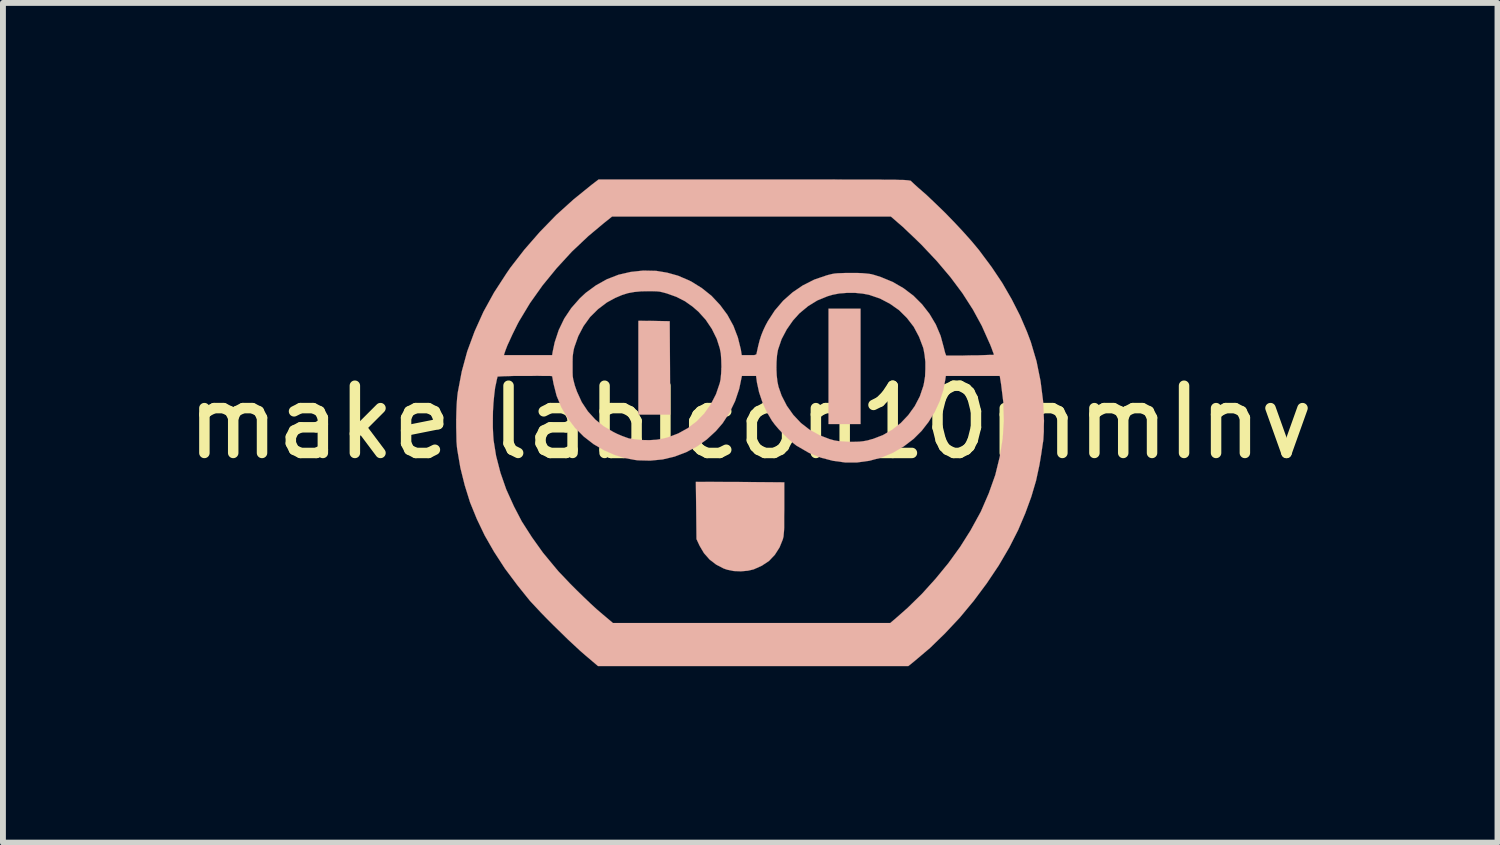
<source format=kicad_pcb>
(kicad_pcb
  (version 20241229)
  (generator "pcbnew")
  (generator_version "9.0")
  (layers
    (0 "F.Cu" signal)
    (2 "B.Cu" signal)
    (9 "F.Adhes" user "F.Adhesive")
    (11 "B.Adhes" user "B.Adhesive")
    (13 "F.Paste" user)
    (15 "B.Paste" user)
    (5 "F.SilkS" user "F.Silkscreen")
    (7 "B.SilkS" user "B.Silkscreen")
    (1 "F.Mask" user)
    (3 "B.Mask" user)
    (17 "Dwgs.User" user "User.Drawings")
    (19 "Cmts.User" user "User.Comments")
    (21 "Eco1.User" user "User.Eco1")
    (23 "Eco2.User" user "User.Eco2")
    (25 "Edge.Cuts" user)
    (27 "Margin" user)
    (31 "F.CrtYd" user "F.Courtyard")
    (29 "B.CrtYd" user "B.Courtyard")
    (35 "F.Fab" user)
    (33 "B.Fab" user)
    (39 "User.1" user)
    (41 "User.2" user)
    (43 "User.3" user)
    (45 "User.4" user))
  (footprint "makerlabIcon10mmInv"
    (layer "F.Cu")
    (at 9.705 4.131)
    (property "Reference" "makerlabIcon10mmInv" (at 0 0 0) (layer "F.SilkS") (effects (font (size 1.143 1.143) (thickness 0.178))))
    (attr through_hole)
    (fp_poly (pts (xy -1.902 -0.132) (xy -1.633 -0.132) (xy -1.361 -0.132) (xy -1.364 -0.927) (xy -1.369 -1.72) (xy -1.636 -1.725) (xy -1.902 -1.727) (xy -1.902 -0.93) (xy -1.902 -0.132)) (stroke (width 0.003) (type solid)) (fill yes) (layer "B.SilkS"))
    (fp_poly (pts (xy 1.331 0.028) (xy 1.603 0.028) (xy 1.875 0.028) (xy 1.875 -0.953) (xy 1.875 -1.933) (xy 1.603 -1.933) (xy 1.331 -1.933) (xy 1.331 -0.953) (xy 1.331 0.028)) (stroke (width 0.003) (type solid)) (fill yes) (layer "B.SilkS"))
    (fp_poly (pts (xy -0.925 1.011) (xy -0.919 1.496) (xy -0.914 1.984) (xy -0.861 2.098) (xy -0.787 2.223) (xy -0.691 2.332) (xy -0.579 2.418) (xy -0.452 2.484) (xy -0.394 2.504) (xy -0.282 2.527) (xy -0.16 2.532) (xy -0.041 2.522) (xy 0.058 2.499) (xy 0.198 2.436) (xy 0.32 2.355) (xy 0.419 2.25) (xy 0.498 2.126) (xy 0.551 1.996) (xy 0.559 1.968) (xy 0.566 1.938) (xy 0.569 1.9) (xy 0.574 1.849) (xy 0.577 1.788) (xy 0.577 1.707) (xy 0.577 1.603) (xy 0.579 1.476) (xy 0.579 1.463) (xy 0.579 1.019) (xy -0.173 1.013) (xy -0.925 1.011)) (stroke (width 0.003) (type solid)) (fill yes) (layer "B.SilkS"))
    (fp_poly (pts (xy -4.999 0.084) (xy -4.996 0.211) (xy -4.994 0.325) (xy -4.986 0.422) (xy -4.981 0.462) (xy -4.928 0.772) (xy -4.854 1.069) (xy -4.763 1.361) (xy -4.648 1.643) (xy -4.514 1.923) (xy -4.376 2.164) (xy -4.376 0.084) (xy -4.376 -0.048) (xy -4.374 -0.188) (xy -4.366 -0.325) (xy -4.354 -0.452) (xy -4.341 -0.561) (xy -4.336 -0.599) (xy -4.321 -0.665) (xy -4.31 -0.721) (xy -4.3 -0.762) (xy -4.295 -0.78) (xy -4.28 -0.78) (xy -4.239 -0.782) (xy -4.188 -0.785) (xy -4.188 -1.143) (xy -4.178 -1.176) (xy -4.158 -1.234) (xy -4.128 -1.311) (xy -4.087 -1.4) (xy -4.044 -1.494) (xy -3.998 -1.587) (xy -3.955 -1.674) (xy -3.929 -1.722) (xy -3.744 -2.029) (xy -3.531 -2.329) (xy -3.292 -2.621) (xy -3.033 -2.903) (xy -2.753 -3.167) (xy -2.489 -3.388) (xy -2.349 -3.5) (xy 0.02 -3.5) (xy 2.39 -3.5) (xy 2.537 -3.373) (xy 2.596 -3.322) (xy 2.667 -3.254) (xy 2.748 -3.178) (xy 2.83 -3.099) (xy 2.908 -3.023) (xy 2.913 -3.018) (xy 3.172 -2.743) (xy 3.404 -2.469) (xy 3.607 -2.197) (xy 3.785 -1.92) (xy 3.937 -1.641) (xy 4.064 -1.356) (xy 4.077 -1.328) (xy 4.102 -1.265) (xy 4.122 -1.209) (xy 4.138 -1.168) (xy 4.143 -1.151) (xy 4.13 -1.148) (xy 4.092 -1.148) (xy 4.031 -1.146) (xy 3.957 -1.143) (xy 3.871 -1.14) (xy 3.78 -1.14) (xy 3.686 -1.138) (xy 3.592 -1.135) (xy 3.508 -1.135) (xy 3.434 -1.135) (xy 3.376 -1.135) (xy 3.34 -1.135) (xy 3.332 -1.135) (xy 3.325 -1.151) (xy 3.312 -1.186) (xy 3.299 -1.237) (xy 3.292 -1.267) (xy 3.236 -1.473) (xy 3.155 -1.664) (xy 3.048 -1.844) (xy 2.921 -2.007) (xy 2.774 -2.154) (xy 2.606 -2.281) (xy 2.421 -2.388) (xy 2.22 -2.471) (xy 2.106 -2.507) (xy 2.057 -2.52) (xy 2.012 -2.527) (xy 1.961 -2.532) (xy 1.902 -2.537) (xy 1.826 -2.54) (xy 1.727 -2.54) (xy 1.712 -2.54) (xy 1.615 -2.54) (xy 1.539 -2.537) (xy 1.481 -2.535) (xy 1.43 -2.53) (xy 1.387 -2.522) (xy 1.339 -2.51) (xy 1.298 -2.499) (xy 1.09 -2.428) (xy 0.894 -2.329) (xy 0.719 -2.21) (xy 0.559 -2.068) (xy 0.417 -1.902) (xy 0.3 -1.722) (xy 0.259 -1.646) (xy 0.221 -1.565) (xy 0.188 -1.483) (xy 0.16 -1.397) (xy 0.135 -1.298) (xy 0.109 -1.179) (xy 0.109 -1.176) (xy 0.104 -1.158) (xy 0.091 -1.151) (xy 0.066 -1.143) (xy 0.025 -1.143) (xy -0.02 -1.143) (xy -0.145 -1.143) (xy -0.16 -1.24) (xy -0.211 -1.445) (xy -0.287 -1.643) (xy -0.389 -1.829) (xy -0.513 -1.996) (xy -0.658 -2.151) (xy -0.823 -2.283) (xy -1.003 -2.395) (xy -1.046 -2.416) (xy -1.229 -2.494) (xy -1.412 -2.545) (xy -1.598 -2.576) (xy -1.819 -2.581) (xy -2.032 -2.558) (xy -2.24 -2.51) (xy -2.438 -2.433) (xy -2.624 -2.329) (xy -2.797 -2.202) (xy -2.898 -2.108) (xy -3.043 -1.943) (xy -3.162 -1.765) (xy -3.256 -1.57) (xy -3.325 -1.361) (xy -3.36 -1.196) (xy -3.368 -1.143) (xy -3.78 -1.143) (xy -4.188 -1.143) (xy -4.188 -0.785) (xy -4.178 -0.785) (xy -4.102 -0.787) (xy -4.013 -0.79) (xy -3.917 -0.79) (xy -3.815 -0.79) (xy -3.716 -0.79) (xy -3.622 -0.792) (xy -3.536 -0.79) (xy -3.462 -0.79) (xy -3.409 -0.79) (xy -3.376 -0.787) (xy -3.368 -0.785) (xy -3.365 -0.77) (xy -3.358 -0.732) (xy -3.348 -0.678) (xy -3.345 -0.66) (xy -3.292 -0.452) (xy -3.211 -0.257) (xy -3.106 -0.076) (xy -3.02 0.036) (xy -3.02 -0.927) (xy -3.02 -0.96) (xy -3.02 -1.054) (xy -3.018 -1.125) (xy -3.01 -1.186) (xy -3 -1.242) (xy -2.99 -1.28) (xy -2.924 -1.466) (xy -2.835 -1.636) (xy -2.723 -1.791) (xy -2.588 -1.925) (xy -2.436 -2.04) (xy -2.296 -2.116) (xy -2.184 -2.164) (xy -2.08 -2.197) (xy -1.971 -2.217) (xy -1.852 -2.228) (xy -1.75 -2.23) (xy -1.661 -2.23) (xy -1.595 -2.228) (xy -1.539 -2.223) (xy -1.491 -2.212) (xy -1.435 -2.197) (xy -1.417 -2.192) (xy -1.255 -2.134) (xy -1.11 -2.06) (xy -0.98 -1.968) (xy -0.881 -1.882) (xy -0.757 -1.745) (xy -0.653 -1.59) (xy -0.569 -1.42) (xy -0.518 -1.26) (xy -0.5 -1.168) (xy -0.493 -1.059) (xy -0.49 -0.945) (xy -0.495 -0.831) (xy -0.505 -0.729) (xy -0.518 -0.668) (xy -0.582 -0.48) (xy -0.671 -0.307) (xy -0.78 -0.152) (xy -0.909 -0.018) (xy -1.059 0.097) (xy -1.224 0.188) (xy -1.405 0.257) (xy -1.494 0.279) (xy -1.595 0.295) (xy -1.712 0.302) (xy -1.834 0.3) (xy -1.953 0.29) (xy -2.055 0.274) (xy -2.065 0.272) (xy -2.116 0.254) (xy -2.184 0.229) (xy -2.261 0.196) (xy -2.324 0.165) (xy -2.489 0.069) (xy -2.634 -0.048) (xy -2.761 -0.188) (xy -2.865 -0.345) (xy -2.946 -0.523) (xy -2.982 -0.625) (xy -2.997 -0.683) (xy -3.01 -0.734) (xy -3.018 -0.785) (xy -3.02 -0.848) (xy -3.02 -0.927) (xy -3.02 0.036) (xy -2.979 0.091) (xy -2.83 0.241) (xy -2.662 0.371) (xy -2.482 0.475) (xy -2.309 0.551) (xy -2.139 0.605) (xy -1.963 0.638) (xy -1.91 0.645) (xy -1.699 0.65) (xy -1.491 0.63) (xy -1.288 0.582) (xy -1.092 0.508) (xy -0.909 0.411) (xy -0.739 0.29) (xy -0.584 0.147) (xy -0.47 0.015) (xy -0.351 -0.168) (xy -0.257 -0.363) (xy -0.188 -0.569) (xy -0.168 -0.665) (xy -0.142 -0.79) (xy -0.023 -0.79) (xy 0.099 -0.79) (xy 0.114 -0.678) (xy 0.15 -0.513) (xy 0.208 -0.34) (xy 0.284 -0.173) (xy 0.368 -0.03) (xy 0.417 0.036) (xy 0.445 0.069) (xy 0.445 -0.914) (xy 0.447 -1.029) (xy 0.455 -1.138) (xy 0.47 -1.227) (xy 0.475 -1.245) (xy 0.533 -1.415) (xy 0.62 -1.58) (xy 0.726 -1.732) (xy 0.836 -1.854) (xy 0.983 -1.976) (xy 1.14 -2.073) (xy 1.313 -2.144) (xy 1.397 -2.169) (xy 1.514 -2.192) (xy 1.646 -2.202) (xy 1.783 -2.202) (xy 1.913 -2.189) (xy 2.019 -2.169) (xy 2.205 -2.106) (xy 2.375 -2.017) (xy 2.53 -1.908) (xy 2.664 -1.775) (xy 2.779 -1.626) (xy 2.87 -1.455) (xy 2.939 -1.273) (xy 2.946 -1.247) (xy 2.964 -1.146) (xy 2.977 -1.029) (xy 2.977 -0.904) (xy 2.972 -0.78) (xy 2.954 -0.671) (xy 2.944 -0.622) (xy 2.883 -0.442) (xy 2.797 -0.277) (xy 2.687 -0.124) (xy 2.56 0.01) (xy 2.416 0.124) (xy 2.256 0.216) (xy 2.085 0.282) (xy 2.073 0.284) (xy 1.994 0.307) (xy 1.923 0.32) (xy 1.849 0.328) (xy 1.765 0.33) (xy 1.669 0.33) (xy 1.575 0.325) (xy 1.499 0.318) (xy 1.43 0.307) (xy 1.359 0.287) (xy 1.356 0.287) (xy 1.176 0.218) (xy 1.008 0.124) (xy 0.861 0.01) (xy 0.732 -0.127) (xy 0.622 -0.282) (xy 0.533 -0.455) (xy 0.48 -0.607) (xy 0.462 -0.693) (xy 0.45 -0.8) (xy 0.445 -0.914) (xy 0.445 0.069) (xy 0.483 0.114) (xy 0.559 0.193) (xy 0.64 0.272) (xy 0.719 0.343) (xy 0.787 0.396) (xy 0.805 0.406) (xy 0.998 0.518) (xy 1.199 0.599) (xy 1.405 0.653) (xy 1.61 0.681) (xy 1.819 0.681) (xy 2.024 0.653) (xy 2.225 0.599) (xy 2.421 0.518) (xy 2.609 0.409) (xy 2.779 0.279) (xy 2.913 0.145) (xy 3.033 -0.01) (xy 3.137 -0.18) (xy 3.221 -0.363) (xy 3.282 -0.551) (xy 3.315 -0.721) (xy 3.325 -0.79) (xy 3.782 -0.79) (xy 4.242 -0.79) (xy 4.265 -0.648) (xy 4.303 -0.34) (xy 4.313 -0.03) (xy 4.293 0.277) (xy 4.242 0.584) (xy 4.166 0.894) (xy 4.056 1.204) (xy 3.922 1.514) (xy 3.896 1.562) (xy 3.744 1.839) (xy 3.569 2.116) (xy 3.371 2.39) (xy 3.152 2.657) (xy 2.921 2.913) (xy 2.677 3.152) (xy 2.504 3.305) (xy 2.38 3.411) (xy 0.023 3.411) (xy -2.334 3.411) (xy -2.512 3.261) (xy -2.609 3.178) (xy -2.718 3.078) (xy -2.832 2.969) (xy -2.949 2.855) (xy -3.063 2.741) (xy -3.167 2.631) (xy -3.259 2.535) (xy -3.302 2.484) (xy -3.523 2.217) (xy -3.713 1.951) (xy -3.884 1.684) (xy -4.018 1.427) (xy -4.148 1.14) (xy -4.247 0.856) (xy -4.321 0.569) (xy -4.364 0.302) (xy -4.371 0.203) (xy -4.376 0.084) (xy -4.376 2.164) (xy -4.354 2.202) (xy -4.171 2.484) (xy -3.96 2.766) (xy -3.807 2.957) (xy -3.744 3.035) (xy -3.658 3.127) (xy -3.561 3.231) (xy -3.452 3.343) (xy -3.338 3.457) (xy -3.218 3.574) (xy -3.104 3.686) (xy -2.992 3.79) (xy -2.891 3.884) (xy -2.807 3.957) (xy -2.588 4.143) (xy 0.048 4.143) (xy 2.687 4.143) (xy 2.789 4.061) (xy 3.056 3.835) (xy 3.312 3.586) (xy 3.564 3.317) (xy 3.8 3.033) (xy 4.021 2.736) (xy 4.224 2.433) (xy 4.404 2.126) (xy 4.559 1.821) (xy 4.559 1.819) (xy 4.676 1.544) (xy 4.778 1.265) (xy 4.859 0.991) (xy 4.917 0.721) (xy 4.948 0.533) (xy 4.958 0.465) (xy 4.968 0.396) (xy 4.976 0.343) (xy 4.978 0.333) (xy 4.983 0.295) (xy 4.986 0.236) (xy 4.991 0.157) (xy 4.991 0.069) (xy 4.994 -0.025) (xy 4.994 -0.028) (xy 4.978 -0.366) (xy 4.935 -0.704) (xy 4.867 -1.039) (xy 4.77 -1.367) (xy 4.704 -1.542) (xy 4.587 -1.814) (xy 4.445 -2.093) (xy 4.285 -2.37) (xy 4.105 -2.639) (xy 3.912 -2.898) (xy 3.889 -2.929) (xy 3.767 -3.076) (xy 3.627 -3.233) (xy 3.475 -3.396) (xy 3.315 -3.561) (xy 3.152 -3.719) (xy 2.997 -3.866) (xy 2.913 -3.94) (xy 2.855 -3.99) (xy 2.804 -4.036) (xy 2.764 -4.074) (xy 2.738 -4.097) (xy 2.736 -4.102) (xy 2.733 -4.105) (xy 2.728 -4.107) (xy 2.718 -4.11) (xy 2.705 -4.112) (xy 2.687 -4.115) (xy 2.662 -4.117) (xy 2.629 -4.12) (xy 2.588 -4.122) (xy 2.535 -4.122) (xy 2.469 -4.125) (xy 2.393 -4.125) (xy 2.299 -4.125) (xy 2.192 -4.128) (xy 2.065 -4.128) (xy 1.923 -4.128) (xy 1.76 -4.128) (xy 1.577 -4.128) (xy 1.372 -4.13) (xy 1.143 -4.13) (xy 0.889 -4.13) (xy 0.61 -4.13) (xy 0.302 -4.13) (xy 0.066 -4.13) (xy -2.578 -4.13) (xy -2.697 -4.039) (xy -3.002 -3.792) (xy -3.297 -3.526) (xy -3.576 -3.239) (xy -3.838 -2.939) (xy -4.077 -2.631) (xy -4.145 -2.532) (xy -4.356 -2.207) (xy -4.536 -1.88) (xy -4.686 -1.547) (xy -4.811 -1.209) (xy -4.905 -0.864) (xy -4.971 -0.516) (xy -4.973 -0.505) (xy -4.983 -0.417) (xy -4.991 -0.307) (xy -4.996 -0.183) (xy -4.999 -0.051) (xy -4.999 0.084)) (stroke (width 0.003) (type solid)) (fill yes) (layer "B.SilkS")))
  (gr_rect
    (start -3 -3)
    (end 22.409 11.275)
    (stroke (width 0.1) (type default))
    (fill no)
    (layer "Edge.Cuts")))
</source>
